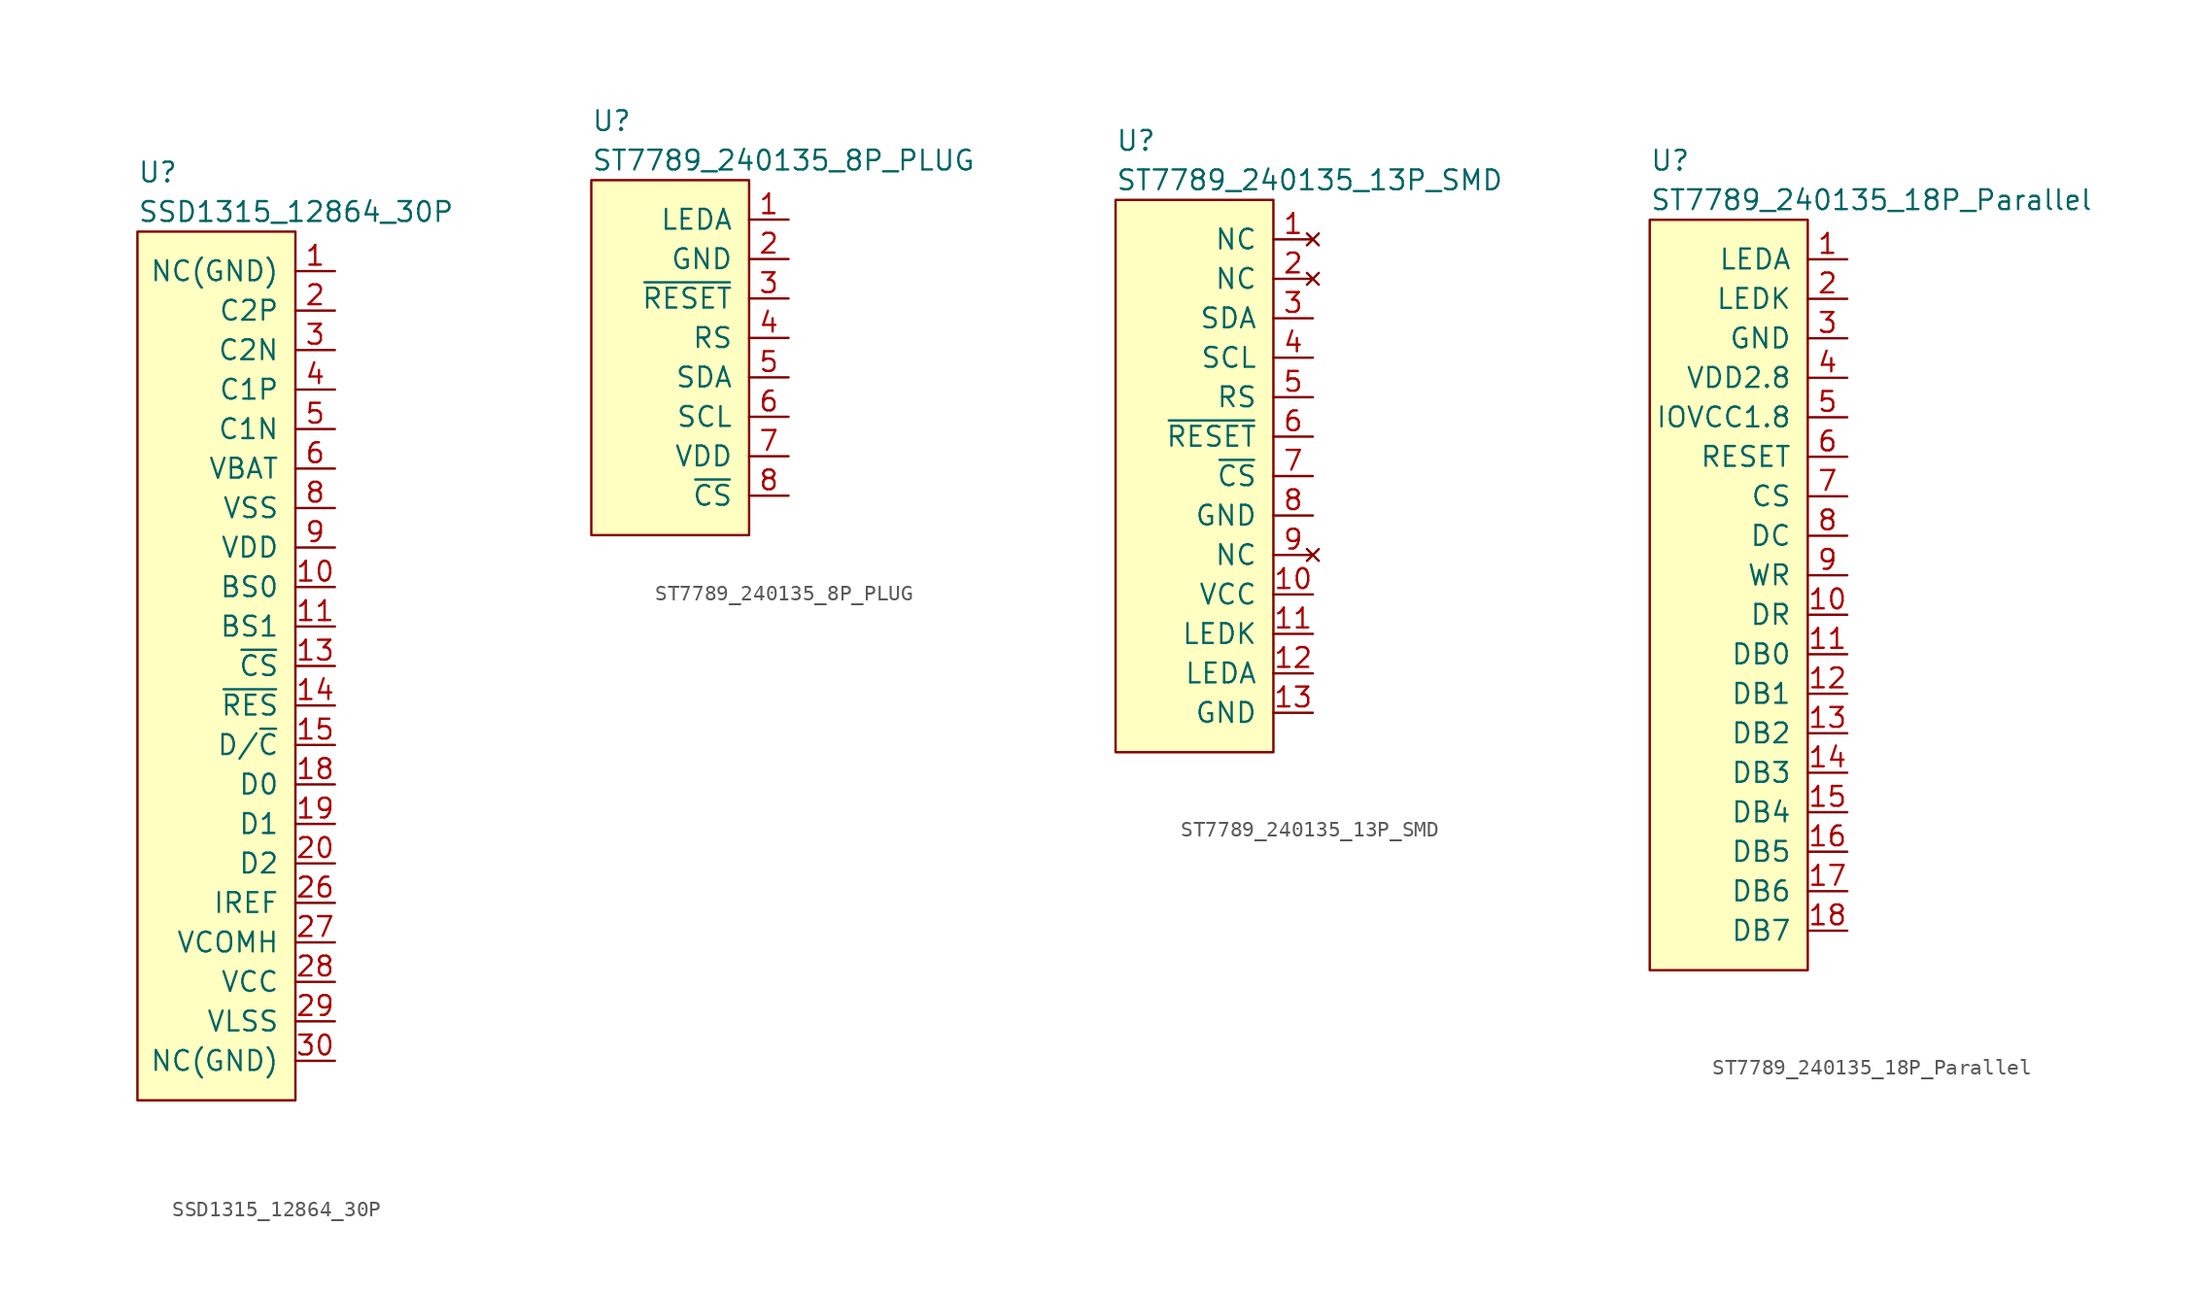
<source format=kicad_sym>
(kicad_symbol_lib
  (version 20211014)
  (generator kicad_symbol_editor)
  (symbol "SSD1315_12864_30P"
    (pin_names
      (offset 1.016))
    (property "Reference" "U"
      (at 0 3.81 0)
      (effects (font (size 1.27 1.27)) (justify left)))
    (property "Value" "SSD1315_12864_30P"
      (at 0 1.27 0)
      (effects (font (size 1.27 1.27)) (justify left)))
    (symbol "SSD1315_12864_30P_0_1"
      (rectangle (start 0 0) (end 10.16 -55.88) (stroke (width 0) (type default) (color 0 0 0 0)) (fill (type background))))
    (symbol "SSD1315_12864_30P_1_1"
      (pin power_out line (at 12.7 -2.54 180) (length 2.54) (name "NC(GND)" (effects (font (size 1.27 1.27)))) (number "1" (effects (font (size 1.27 1.27)))))
      (pin input line (at 12.7 -22.86 180) (length 2.54) (name "BS0" (effects (font (size 1.27 1.27)))) (number "10" (effects (font (size 1.27 1.27)))))
      (pin input line (at 12.7 -25.4 180) (length 2.54) (name "BS1" (effects (font (size 1.27 1.27)))) (number "11" (effects (font (size 1.27 1.27)))))
      (pin no_connect line (at -2.54 -7.62 0) (length 2.54) hide (name "NC" (effects (font (size 1.27 1.27)))) (number "12" (effects (font (size 1.27 1.27)))))
      (pin input line (at 12.7 -27.94 180) (length 2.54) (name "~{CS}" (effects (font (size 1.27 1.27)))) (number "13" (effects (font (size 1.27 1.27)))))
      (pin input line (at 12.7 -30.48 180) (length 2.54) (name "~{RES}" (effects (font (size 1.27 1.27)))) (number "14" (effects (font (size 1.27 1.27)))))
      (pin input line (at 12.7 -33.02 180) (length 2.54) (name "D/~{C}" (effects (font (size 1.27 1.27)))) (number "15" (effects (font (size 1.27 1.27)))))
      (pin no_connect line (at -2.54 -10.16 0) (length 2.54) hide (name "NC" (effects (font (size 1.27 1.27)))) (number "16" (effects (font (size 1.27 1.27)))))
      (pin no_connect line (at -2.54 -12.7 0) (length 2.54) hide (name "NC" (effects (font (size 1.27 1.27)))) (number "17" (effects (font (size 1.27 1.27)))))
      (pin input line (at 12.7 -35.56 180) (length 2.54) (name "D0" (effects (font (size 1.27 1.27)))) (number "18" (effects (font (size 1.27 1.27)))))
      (pin input line (at 12.7 -38.1 180) (length 2.54) (name "D1" (effects (font (size 1.27 1.27)))) (number "19" (effects (font (size 1.27 1.27)))))
      (pin power_out line (at 12.7 -5.08 180) (length 2.54) (name "C2P" (effects (font (size 1.27 1.27)))) (number "2" (effects (font (size 1.27 1.27)))))
      (pin input line (at 12.7 -40.64 180) (length 2.54) (name "D2" (effects (font (size 1.27 1.27)))) (number "20" (effects (font (size 1.27 1.27)))))
      (pin no_connect line (at -2.54 -15.24 0) (length 2.54) hide (name "NC" (effects (font (size 1.27 1.27)))) (number "21" (effects (font (size 1.27 1.27)))))
      (pin no_connect line (at -2.54 -17.78 0) (length 2.54) hide (name "NC" (effects (font (size 1.27 1.27)))) (number "22" (effects (font (size 1.27 1.27)))))
      (pin no_connect line (at -2.54 -20.32 0) (length 2.54) hide (name "NC" (effects (font (size 1.27 1.27)))) (number "23" (effects (font (size 1.27 1.27)))))
      (pin no_connect line (at -2.54 -22.86 0) (length 2.54) hide (name "NC" (effects (font (size 1.27 1.27)))) (number "24" (effects (font (size 1.27 1.27)))))
      (pin no_connect line (at -2.54 -25.4 0) (length 2.54) hide (name "NC" (effects (font (size 1.27 1.27)))) (number "25" (effects (font (size 1.27 1.27)))))
      (pin input line (at 12.7 -43.18 180) (length 2.54) (name "IREF" (effects (font (size 1.27 1.27)))) (number "26" (effects (font (size 1.27 1.27)))))
      (pin power_in line (at 12.7 -45.72 180) (length 2.54) (name "VCOMH" (effects (font (size 1.27 1.27)))) (number "27" (effects (font (size 1.27 1.27)))))
      (pin power_in line (at 12.7 -48.26 180) (length 2.54) (name "VCC" (effects (font (size 1.27 1.27)))) (number "28" (effects (font (size 1.27 1.27)))))
      (pin power_in line (at 12.7 -50.8 180) (length 2.54) (name "VLSS" (effects (font (size 1.27 1.27)))) (number "29" (effects (font (size 1.27 1.27)))))
      (pin power_out line (at 12.7 -7.62 180) (length 2.54) (name "C2N" (effects (font (size 1.27 1.27)))) (number "3" (effects (font (size 1.27 1.27)))))
      (pin power_in line (at 12.7 -53.34 180) (length 2.54) (name "NC(GND)" (effects (font (size 1.27 1.27)))) (number "30" (effects (font (size 1.27 1.27)))))
      (pin power_out line (at 12.7 -10.16 180) (length 2.54) (name "C1P" (effects (font (size 1.27 1.27)))) (number "4" (effects (font (size 1.27 1.27)))))
      (pin power_in line (at 12.7 -12.7 180) (length 2.54) (name "C1N" (effects (font (size 1.27 1.27)))) (number "5" (effects (font (size 1.27 1.27)))))
      (pin power_in line (at 12.7 -15.24 180) (length 2.54) (name "VBAT" (effects (font (size 1.27 1.27)))) (number "6" (effects (font (size 1.27 1.27)))))
      (pin no_connect line (at -2.54 -5.08 0) (length 2.54) hide (name "NC" (effects (font (size 1.27 1.27)))) (number "7" (effects (font (size 1.27 1.27)))))
      (pin power_in line (at 12.7 -17.78 180) (length 2.54) (name "VSS" (effects (font (size 1.27 1.27)))) (number "8" (effects (font (size 1.27 1.27)))))
      (pin power_in line (at 12.7 -20.32 180) (length 2.54) (name "VDD" (effects (font (size 1.27 1.27)))) (number "9" (effects (font (size 1.27 1.27)))))))
  (symbol "ST7789_240135_8P_PLUG"
    (pin_names
      (offset 1.016))
    (property "Reference" "U"
      (at 0 3.81 0)
      (effects (font (size 1.27 1.27)) (justify left)))
    (property "Value" "ST7789_240135_8P_PLUG"
      (at 0 1.27 0)
      (effects (font (size 1.27 1.27)) (justify left)))
    (symbol "ST7789_240135_8P_PLUG_0_1"
      (rectangle (start 0 0) (end 10.16 -22.86) (stroke (width 0) (type default) (color 0 0 0 0)) (fill (type background))))
    (symbol "ST7789_240135_8P_PLUG_1_1"
      (pin power_in line (at 12.7 -2.54 180) (length 2.54) (name "LEDA" (effects (font (size 1.27 1.27)))) (number "1" (effects (font (size 1.27 1.27)))))
      (pin power_in line (at 12.7 -5.08 180) (length 2.54) (name "GND" (effects (font (size 1.27 1.27)))) (number "2" (effects (font (size 1.27 1.27)))))
      (pin power_in line (at 12.7 -7.62 180) (length 2.54) (name "~{RESET}" (effects (font (size 1.27 1.27)))) (number "3" (effects (font (size 1.27 1.27)))))
      (pin power_out line (at 12.7 -10.16 180) (length 2.54) (name "RS" (effects (font (size 1.27 1.27)))) (number "4" (effects (font (size 1.27 1.27)))))
      (pin power_in line (at 12.7 -12.7 180) (length 2.54) (name "SDA" (effects (font (size 1.27 1.27)))) (number "5" (effects (font (size 1.27 1.27)))))
      (pin input line (at 12.7 -15.24 180) (length 2.54) (name "SCL" (effects (font (size 1.27 1.27)))) (number "6" (effects (font (size 1.27 1.27)))))
      (pin power_in line (at 12.7 -17.78 180) (length 2.54) (name "VDD" (effects (font (size 1.27 1.27)))) (number "7" (effects (font (size 1.27 1.27)))))
      (pin input line (at 12.7 -20.32 180) (length 2.54) (name "~{CS}" (effects (font (size 1.27 1.27)))) (number "8" (effects (font (size 1.27 1.27)))))))
  (symbol "ST7789_240135_13P_SMD"
    (pin_names
      (offset 1.016))
    (property "Reference" "U"
      (at 0 3.81 0)
      (effects (font (size 1.27 1.27)) (justify left)))
    (property "Value" "ST7789_240135_13P_SMD"
      (at 0 1.27 0)
      (effects (font (size 1.27 1.27)) (justify left)))
    (symbol "ST7789_240135_13P_SMD_0_1"
      (rectangle (start 0 0) (end 10.16 -35.56) (stroke (width 0) (type default) (color 0 0 0 0)) (fill (type background))))
    (symbol "ST7789_240135_13P_SMD_1_1"
      (pin no_connect line (at 12.7 -2.54 180) (length 2.54) (name "NC" (effects (font (size 1.27 1.27)))) (number "1" (effects (font (size 1.27 1.27)))))
      (pin power_in line (at 12.7 -25.4 180) (length 2.54) (name "VCC" (effects (font (size 1.27 1.27)))) (number "10" (effects (font (size 1.27 1.27)))))
      (pin power_in line (at 12.7 -27.94 180) (length 2.54) (name "LEDK" (effects (font (size 1.27 1.27)))) (number "11" (effects (font (size 1.27 1.27)))))
      (pin power_in line (at 12.7 -30.48 180) (length 2.54) (name "LEDA" (effects (font (size 1.27 1.27)))) (number "12" (effects (font (size 1.27 1.27)))))
      (pin power_in line (at 12.7 -33.02 180) (length 2.54) (name "GND" (effects (font (size 1.27 1.27)))) (number "13" (effects (font (size 1.27 1.27)))))
      (pin no_connect line (at 12.7 -5.08 180) (length 2.54) (name "NC" (effects (font (size 1.27 1.27)))) (number "2" (effects (font (size 1.27 1.27)))))
      (pin input line (at 12.7 -7.62 180) (length 2.54) (name "SDA" (effects (font (size 1.27 1.27)))) (number "3" (effects (font (size 1.27 1.27)))))
      (pin input line (at 12.7 -10.16 180) (length 2.54) (name "SCL" (effects (font (size 1.27 1.27)))) (number "4" (effects (font (size 1.27 1.27)))))
      (pin input line (at 12.7 -12.7 180) (length 2.54) (name "RS" (effects (font (size 1.27 1.27)))) (number "5" (effects (font (size 1.27 1.27)))))
      (pin input line (at 12.7 -15.24 180) (length 2.54) (name "~{RESET}" (effects (font (size 1.27 1.27)))) (number "6" (effects (font (size 1.27 1.27)))))
      (pin input line (at 12.7 -17.78 180) (length 2.54) (name "~{CS}" (effects (font (size 1.27 1.27)))) (number "7" (effects (font (size 1.27 1.27)))))
      (pin input line (at 12.7 -20.32 180) (length 2.54) (name "GND" (effects (font (size 1.27 1.27)))) (number "8" (effects (font (size 1.27 1.27)))))
      (pin no_connect line (at 12.7 -22.86 180) (length 2.54) (name "NC" (effects (font (size 1.27 1.27)))) (number "9" (effects (font (size 1.27 1.27)))))))
  (symbol "ST7789_240135_18P_Parallel"
    (pin_names
      (offset 1.016))
    (property "Reference" "U"
      (at 0 3.81 0)
      (effects (font (size 1.27 1.27)) (justify left)))
    (property "Value" "ST7789_240135_18P_Parallel"
      (at 0 1.27 0)
      (effects (font (size 1.27 1.27)) (justify left)))
    (symbol "ST7789_240135_18P_Parallel_0_1"
      (rectangle (start 0 0) (end 10.16 -48.26) (stroke (width 0) (type default) (color 0 0 0 0)) (fill (type background))))
    (symbol "ST7789_240135_18P_Parallel_1_1"
      (pin power_in line (at 12.7 -2.54 180) (length 2.54) (name "LEDA" (effects (font (size 1.27 1.27)))) (number "1" (effects (font (size 1.27 1.27)))))
      (pin input line (at 12.7 -25.4 180) (length 2.54) (name "DR" (effects (font (size 1.27 1.27)))) (number "10" (effects (font (size 1.27 1.27)))))
      (pin bidirectional line (at 12.7 -27.94 180) (length 2.54) (name "DB0" (effects (font (size 1.27 1.27)))) (number "11" (effects (font (size 1.27 1.27)))))
      (pin bidirectional line (at 12.7 -30.48 180) (length 2.54) (name "DB1" (effects (font (size 1.27 1.27)))) (number "12" (effects (font (size 1.27 1.27)))))
      (pin bidirectional line (at 12.7 -33.02 180) (length 2.54) (name "DB2" (effects (font (size 1.27 1.27)))) (number "13" (effects (font (size 1.27 1.27)))))
      (pin bidirectional line (at 12.7 -35.56 180) (length 2.54) (name "DB3" (effects (font (size 1.27 1.27)))) (number "14" (effects (font (size 1.27 1.27)))))
      (pin bidirectional line (at 12.7 -38.1 180) (length 2.54) (name "DB4" (effects (font (size 1.27 1.27)))) (number "15" (effects (font (size 1.27 1.27)))))
      (pin bidirectional line (at 12.7 -40.64 180) (length 2.54) (name "DB5" (effects (font (size 1.27 1.27)))) (number "16" (effects (font (size 1.27 1.27)))))
      (pin bidirectional line (at 12.7 -43.18 180) (length 2.54) (name "DB6" (effects (font (size 1.27 1.27)))) (number "17" (effects (font (size 1.27 1.27)))))
      (pin bidirectional line (at 12.7 -45.72 180) (length 2.54) (name "DB7" (effects (font (size 1.27 1.27)))) (number "18" (effects (font (size 1.27 1.27)))))
      (pin power_in line (at 12.7 -5.08 180) (length 2.54) (name "LEDK" (effects (font (size 1.27 1.27)))) (number "2" (effects (font (size 1.27 1.27)))))
      (pin power_in line (at 12.7 -7.62 180) (length 2.54) (name "GND" (effects (font (size 1.27 1.27)))) (number "3" (effects (font (size 1.27 1.27)))))
      (pin power_out line (at 12.7 -10.16 180) (length 2.54) (name "VDD2.8" (effects (font (size 1.27 1.27)))) (number "4" (effects (font (size 1.27 1.27)))))
      (pin power_in line (at 12.7 -12.7 180) (length 2.54) (name "IOVCC1.8" (effects (font (size 1.27 1.27)))) (number "5" (effects (font (size 1.27 1.27)))))
      (pin input line (at 12.7 -15.24 180) (length 2.54) (name "RESET" (effects (font (size 1.27 1.27)))) (number "6" (effects (font (size 1.27 1.27)))))
      (pin power_in line (at 12.7 -17.78 180) (length 2.54) (name "CS" (effects (font (size 1.27 1.27)))) (number "7" (effects (font (size 1.27 1.27)))))
      (pin input line (at 12.7 -20.32 180) (length 2.54) (name "DC" (effects (font (size 1.27 1.27)))) (number "8" (effects (font (size 1.27 1.27)))))
      (pin input line (at 12.7 -22.86 180) (length 2.54) (name "WR" (effects (font (size 1.27 1.27)))) (number "9" (effects (font (size 1.27 1.27))))))))
</source>
